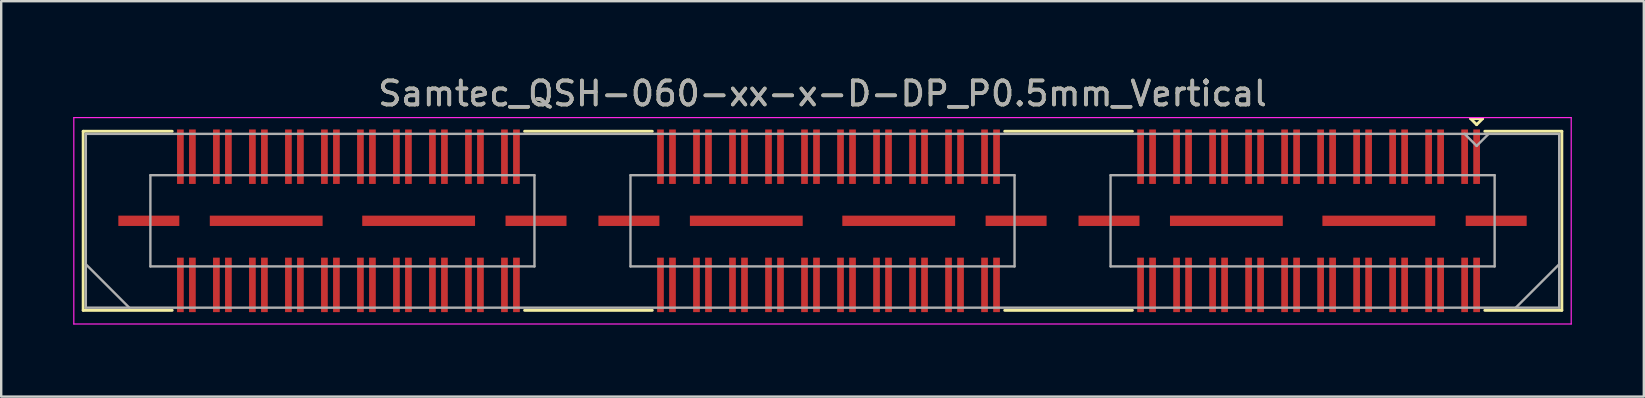
<source format=kicad_pcb>
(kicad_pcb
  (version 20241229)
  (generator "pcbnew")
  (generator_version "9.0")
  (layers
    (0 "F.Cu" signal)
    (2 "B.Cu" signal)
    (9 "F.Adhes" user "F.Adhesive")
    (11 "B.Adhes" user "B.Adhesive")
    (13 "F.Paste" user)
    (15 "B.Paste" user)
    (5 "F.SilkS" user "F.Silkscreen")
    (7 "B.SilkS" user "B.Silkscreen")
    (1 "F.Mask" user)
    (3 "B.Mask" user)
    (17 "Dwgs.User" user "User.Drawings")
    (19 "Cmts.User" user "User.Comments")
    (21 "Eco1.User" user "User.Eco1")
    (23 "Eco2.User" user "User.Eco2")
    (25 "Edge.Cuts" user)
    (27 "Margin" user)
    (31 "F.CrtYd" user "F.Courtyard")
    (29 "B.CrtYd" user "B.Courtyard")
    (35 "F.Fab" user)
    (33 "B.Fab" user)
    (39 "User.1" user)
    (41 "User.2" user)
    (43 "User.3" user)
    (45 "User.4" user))
  (footprint "Samtec_QSH-060-xx-x-D-DP_P0.5mm_Vertical"
    (layer "F.Cu")
    (at 31.215 6.148)
    (property "Reference" "Samtec_QSH-060-xx-x-D-DP_P0.5mm_Vertical" (at 0 -5.3 0) (layer "F.SilkS") (effects (font (size 1 1) (thickness 0.15))))
    (attr smd)
    (fp_line (start -30.8 -3.73) (end -27.09 -3.73) (stroke (width 0.12) (type solid)) (layer "F.SilkS"))
    (fp_line (start -30.8 3.73) (end -30.8 -3.73) (stroke (width 0.12) (type solid)) (layer "F.SilkS"))
    (fp_line (start -27.09 3.73) (end -30.8 3.73) (stroke (width 0.12) (type solid)) (layer "F.SilkS"))
    (fp_line (start -7.09 -3.73) (end -12.411 -3.73) (stroke (width 0.12) (type solid)) (layer "F.SilkS"))
    (fp_line (start -7.09 3.73) (end -12.411 3.73) (stroke (width 0.12) (type solid)) (layer "F.SilkS"))
    (fp_line (start 12.911 -3.73) (end 7.59 -3.73) (stroke (width 0.12) (type solid)) (layer "F.SilkS"))
    (fp_line (start 12.911 3.73) (end 7.59 3.73) (stroke (width 0.12) (type solid)) (layer "F.SilkS"))
    (fp_line (start 27 -4.255) (end 27.5 -4.255) (stroke (width 0.12) (type solid)) (layer "F.SilkS"))
    (fp_line (start 27.25 -4.005) (end 27 -4.255) (stroke (width 0.12) (type solid)) (layer "F.SilkS"))
    (fp_line (start 27.5 -4.255) (end 27.25 -4.005) (stroke (width 0.12) (type solid)) (layer "F.SilkS"))
    (fp_line (start 27.59 3.73) (end 30.8 3.73) (stroke (width 0.12) (type solid)) (layer "F.SilkS"))
    (fp_line (start 30.8 -3.73) (end 27.59 -3.73) (stroke (width 0.12) (type solid)) (layer "F.SilkS"))
    (fp_line (start 30.8 3.73) (end 30.8 -3.73) (stroke (width 0.12) (type solid)) (layer "F.SilkS"))
    (fp_line (start -31.19 -4.3) (end -31.19 4.3) (stroke (width 0.05) (type solid)) (layer "F.CrtYd"))
    (fp_line (start -31.19 4.3) (end 31.19 4.3) (stroke (width 0.05) (type solid)) (layer "F.CrtYd"))
    (fp_line (start 31.19 -4.3) (end -31.19 -4.3) (stroke (width 0.05) (type solid)) (layer "F.CrtYd"))
    (fp_line (start 31.19 4.3) (end 31.19 -4.3) (stroke (width 0.05) (type solid)) (layer "F.CrtYd"))
    (fp_line (start -30.69 -3.62) (end -30.69 3.62) (stroke (width 0.1) (type solid)) (layer "F.Fab"))
    (fp_line (start -30.69 1.81) (end -28.88 3.62) (stroke (width 0.1) (type solid)) (layer "F.Fab"))
    (fp_line (start -30.69 3.62) (end 30.69 3.62) (stroke (width 0.1) (type solid)) (layer "F.Fab"))
    (fp_line (start -28 -1.9) (end -28 1.9) (stroke (width 0.1) (type solid)) (layer "F.Fab"))
    (fp_line (start -28 1.9) (end -12 1.9) (stroke (width 0.1) (type solid)) (layer "F.Fab"))
    (fp_line (start -12 -1.9) (end -28 -1.9) (stroke (width 0.1) (type solid)) (layer "F.Fab"))
    (fp_line (start -12 1.9) (end -12 -1.9) (stroke (width 0.1) (type solid)) (layer "F.Fab"))
    (fp_line (start -8 -1.9) (end -8 1.9) (stroke (width 0.1) (type solid)) (layer "F.Fab"))
    (fp_line (start -8 1.9) (end 8 1.9) (stroke (width 0.1) (type solid)) (layer "F.Fab"))
    (fp_line (start 8 -1.9) (end -8 -1.9) (stroke (width 0.1) (type solid)) (layer "F.Fab"))
    (fp_line (start 8 1.9) (end 8 -1.9) (stroke (width 0.1) (type solid)) (layer "F.Fab"))
    (fp_line (start 12 -1.9) (end 12 1.9) (stroke (width 0.1) (type solid)) (layer "F.Fab"))
    (fp_line (start 12 1.9) (end 28 1.9) (stroke (width 0.1) (type solid)) (layer "F.Fab"))
    (fp_line (start 27.25 -3.12) (end 26.75 -3.62) (stroke (width 0.1) (type solid)) (layer "F.Fab"))
    (fp_line (start 27.75 -3.62) (end 27.25 -3.12) (stroke (width 0.1) (type solid)) (layer "F.Fab"))
    (fp_line (start 28 -1.9) (end 12 -1.9) (stroke (width 0.1) (type solid)) (layer "F.Fab"))
    (fp_line (start 28 1.9) (end 28 -1.9) (stroke (width 0.1) (type solid)) (layer "F.Fab"))
    (fp_line (start 30.69 -3.62) (end -30.69 -3.62) (stroke (width 0.1) (type solid)) (layer "F.Fab"))
    (fp_line (start 30.69 1.81) (end 28.88 3.62) (stroke (width 0.1) (type solid)) (layer "F.Fab"))
    (fp_line (start 30.69 3.62) (end 30.69 -3.62) (stroke (width 0.1) (type solid)) (layer "F.Fab"))
    (fp_text user "${REFERENCE}" (at 0 -5.3 0) (layer "F.Fab") (effects (font (size 1 1) (thickness 0.15))))
    (pad "1" smd rect (at 27.25 -2.67) (size 0.279 2.27) (layers "F.Cu" "F.Mask" "F.Paste"))
    (pad "2" smd rect (at 27.25 2.67) (size 0.279 2.27) (layers "F.Cu" "F.Mask" "F.Paste"))
    (pad "3" smd rect (at 26.75 -2.67) (size 0.279 2.27) (layers "F.Cu" "F.Mask" "F.Paste"))
    (pad "4" smd rect (at 26.75 2.67) (size 0.279 2.27) (layers "F.Cu" "F.Mask" "F.Paste"))
    (pad "5" smd rect (at 25.75 -2.67) (size 0.279 2.27) (layers "F.Cu" "F.Mask" "F.Paste"))
    (pad "6" smd rect (at 25.75 2.67) (size 0.279 2.27) (layers "F.Cu" "F.Mask" "F.Paste"))
    (pad "7" smd rect (at 25.25 -2.67) (size 0.279 2.27) (layers "F.Cu" "F.Mask" "F.Paste"))
    (pad "8" smd rect (at 25.25 2.67) (size 0.279 2.27) (layers "F.Cu" "F.Mask" "F.Paste"))
    (pad "9" smd rect (at 24.25 -2.67) (size 0.279 2.27) (layers "F.Cu" "F.Mask" "F.Paste"))
    (pad "10" smd rect (at 24.25 2.67) (size 0.279 2.27) (layers "F.Cu" "F.Mask" "F.Paste"))
    (pad "11" smd rect (at 23.75 -2.67) (size 0.279 2.27) (layers "F.Cu" "F.Mask" "F.Paste"))
    (pad "12" smd rect (at 23.75 2.67) (size 0.279 2.27) (layers "F.Cu" "F.Mask" "F.Paste"))
    (pad "13" smd rect (at 22.75 -2.67) (size 0.279 2.27) (layers "F.Cu" "F.Mask" "F.Paste"))
    (pad "14" smd rect (at 22.75 2.67) (size 0.279 2.27) (layers "F.Cu" "F.Mask" "F.Paste"))
    (pad "15" smd rect (at 22.25 -2.67) (size 0.279 2.27) (layers "F.Cu" "F.Mask" "F.Paste"))
    (pad "16" smd rect (at 22.25 2.67) (size 0.279 2.27) (layers "F.Cu" "F.Mask" "F.Paste"))
    (pad "17" smd rect (at 21.25 -2.67) (size 0.279 2.27) (layers "F.Cu" "F.Mask" "F.Paste"))
    (pad "18" smd rect (at 21.25 2.67) (size 0.279 2.27) (layers "F.Cu" "F.Mask" "F.Paste"))
    (pad "19" smd rect (at 20.75 -2.67) (size 0.279 2.27) (layers "F.Cu" "F.Mask" "F.Paste"))
    (pad "20" smd rect (at 20.75 2.67) (size 0.279 2.27) (layers "F.Cu" "F.Mask" "F.Paste"))
    (pad "21" smd rect (at 19.75 -2.67) (size 0.279 2.27) (layers "F.Cu" "F.Mask" "F.Paste"))
    (pad "22" smd rect (at 19.75 2.67) (size 0.279 2.27) (layers "F.Cu" "F.Mask" "F.Paste"))
    (pad "23" smd rect (at 19.25 -2.67) (size 0.279 2.27) (layers "F.Cu" "F.Mask" "F.Paste"))
    (pad "24" smd rect (at 19.25 2.67) (size 0.279 2.27) (layers "F.Cu" "F.Mask" "F.Paste"))
    (pad "25" smd rect (at 18.25 -2.67) (size 0.279 2.27) (layers "F.Cu" "F.Mask" "F.Paste"))
    (pad "26" smd rect (at 18.25 2.67) (size 0.279 2.27) (layers "F.Cu" "F.Mask" "F.Paste"))
    (pad "27" smd rect (at 17.75 -2.67) (size 0.279 2.27) (layers "F.Cu" "F.Mask" "F.Paste"))
    (pad "28" smd rect (at 17.75 2.67) (size 0.279 2.27) (layers "F.Cu" "F.Mask" "F.Paste"))
    (pad "29" smd rect (at 16.75 -2.67) (size 0.279 2.27) (layers "F.Cu" "F.Mask" "F.Paste"))
    (pad "30" smd rect (at 16.75 2.67) (size 0.279 2.27) (layers "F.Cu" "F.Mask" "F.Paste"))
    (pad "31" smd rect (at 16.25 -2.67) (size 0.279 2.27) (layers "F.Cu" "F.Mask" "F.Paste"))
    (pad "32" smd rect (at 16.25 2.67) (size 0.279 2.27) (layers "F.Cu" "F.Mask" "F.Paste"))
    (pad "33" smd rect (at 15.25 -2.67) (size 0.279 2.27) (layers "F.Cu" "F.Mask" "F.Paste"))
    (pad "34" smd rect (at 15.25 2.67) (size 0.279 2.27) (layers "F.Cu" "F.Mask" "F.Paste"))
    (pad "35" smd rect (at 14.75 -2.67) (size 0.279 2.27) (layers "F.Cu" "F.Mask" "F.Paste"))
    (pad "36" smd rect (at 14.75 2.67) (size 0.279 2.27) (layers "F.Cu" "F.Mask" "F.Paste"))
    (pad "37" smd rect (at 13.75 -2.67) (size 0.279 2.27) (layers "F.Cu" "F.Mask" "F.Paste"))
    (pad "38" smd rect (at 13.75 2.67) (size 0.279 2.27) (layers "F.Cu" "F.Mask" "F.Paste"))
    (pad "39" smd rect (at 13.25 -2.67) (size 0.279 2.27) (layers "F.Cu" "F.Mask" "F.Paste"))
    (pad "40" smd rect (at 13.25 2.67) (size 0.279 2.27) (layers "F.Cu" "F.Mask" "F.Paste"))
    (pad "41" smd rect (at 7.25 -2.67) (size 0.279 2.27) (layers "F.Cu" "F.Mask" "F.Paste"))
    (pad "42" smd rect (at 7.25 2.67) (size 0.279 2.27) (layers "F.Cu" "F.Mask" "F.Paste"))
    (pad "43" smd rect (at 6.75 -2.67) (size 0.279 2.27) (layers "F.Cu" "F.Mask" "F.Paste"))
    (pad "44" smd rect (at 6.75 2.67) (size 0.279 2.27) (layers "F.Cu" "F.Mask" "F.Paste"))
    (pad "45" smd rect (at 5.75 -2.67) (size 0.279 2.27) (layers "F.Cu" "F.Mask" "F.Paste"))
    (pad "46" smd rect (at 5.75 2.67) (size 0.279 2.27) (layers "F.Cu" "F.Mask" "F.Paste"))
    (pad "47" smd rect (at 5.25 -2.67) (size 0.279 2.27) (layers "F.Cu" "F.Mask" "F.Paste"))
    (pad "48" smd rect (at 5.25 2.67) (size 0.279 2.27) (layers "F.Cu" "F.Mask" "F.Paste"))
    (pad "49" smd rect (at 4.25 -2.67) (size 0.279 2.27) (layers "F.Cu" "F.Mask" "F.Paste"))
    (pad "50" smd rect (at 4.25 2.67) (size 0.279 2.27) (layers "F.Cu" "F.Mask" "F.Paste"))
    (pad "51" smd rect (at 3.75 -2.67) (size 0.279 2.27) (layers "F.Cu" "F.Mask" "F.Paste"))
    (pad "52" smd rect (at 3.75 2.67) (size 0.279 2.27) (layers "F.Cu" "F.Mask" "F.Paste"))
    (pad "53" smd rect (at 2.75 -2.67) (size 0.279 2.27) (layers "F.Cu" "F.Mask" "F.Paste"))
    (pad "54" smd rect (at 2.75 2.67) (size 0.279 2.27) (layers "F.Cu" "F.Mask" "F.Paste"))
    (pad "55" smd rect (at 2.25 -2.67) (size 0.279 2.27) (layers "F.Cu" "F.Mask" "F.Paste"))
    (pad "56" smd rect (at 2.25 2.67) (size 0.279 2.27) (layers "F.Cu" "F.Mask" "F.Paste"))
    (pad "57" smd rect (at 1.25 -2.67) (size 0.279 2.27) (layers "F.Cu" "F.Mask" "F.Paste"))
    (pad "58" smd rect (at 1.25 2.67) (size 0.279 2.27) (layers "F.Cu" "F.Mask" "F.Paste"))
    (pad "59" smd rect (at 0.75 -2.67) (size 0.279 2.27) (layers "F.Cu" "F.Mask" "F.Paste"))
    (pad "60" smd rect (at 0.75 2.67) (size 0.279 2.27) (layers "F.Cu" "F.Mask" "F.Paste"))
    (pad "61" smd rect (at -0.25 -2.67) (size 0.279 2.27) (layers "F.Cu" "F.Mask" "F.Paste"))
    (pad "62" smd rect (at -0.25 2.67) (size 0.279 2.27) (layers "F.Cu" "F.Mask" "F.Paste"))
    (pad "63" smd rect (at -0.75 -2.67) (size 0.279 2.27) (layers "F.Cu" "F.Mask" "F.Paste"))
    (pad "64" smd rect (at -0.75 2.67) (size 0.279 2.27) (layers "F.Cu" "F.Mask" "F.Paste"))
    (pad "65" smd rect (at -1.75 -2.67) (size 0.279 2.27) (layers "F.Cu" "F.Mask" "F.Paste"))
    (pad "66" smd rect (at -1.75 2.67) (size 0.279 2.27) (layers "F.Cu" "F.Mask" "F.Paste"))
    (pad "67" smd rect (at -2.25 -2.67) (size 0.279 2.27) (layers "F.Cu" "F.Mask" "F.Paste"))
    (pad "68" smd rect (at -2.25 2.67) (size 0.279 2.27) (layers "F.Cu" "F.Mask" "F.Paste"))
    (pad "69" smd rect (at -3.25 -2.67) (size 0.279 2.27) (layers "F.Cu" "F.Mask" "F.Paste"))
    (pad "70" smd rect (at -3.25 2.67) (size 0.279 2.27) (layers "F.Cu" "F.Mask" "F.Paste"))
    (pad "71" smd rect (at -3.75 -2.67) (size 0.279 2.27) (layers "F.Cu" "F.Mask" "F.Paste"))
    (pad "72" smd rect (at -3.75 2.67) (size 0.279 2.27) (layers "F.Cu" "F.Mask" "F.Paste"))
    (pad "73" smd rect (at -4.75 -2.67) (size 0.279 2.27) (layers "F.Cu" "F.Mask" "F.Paste"))
    (pad "74" smd rect (at -4.75 2.67) (size 0.279 2.27) (layers "F.Cu" "F.Mask" "F.Paste"))
    (pad "75" smd rect (at -5.25 -2.67) (size 0.279 2.27) (layers "F.Cu" "F.Mask" "F.Paste"))
    (pad "76" smd rect (at -5.25 2.67) (size 0.279 2.27) (layers "F.Cu" "F.Mask" "F.Paste"))
    (pad "77" smd rect (at -6.25 -2.67) (size 0.279 2.27) (layers "F.Cu" "F.Mask" "F.Paste"))
    (pad "78" smd rect (at -6.25 2.67) (size 0.279 2.27) (layers "F.Cu" "F.Mask" "F.Paste"))
    (pad "79" smd rect (at -6.75 -2.67) (size 0.279 2.27) (layers "F.Cu" "F.Mask" "F.Paste"))
    (pad "80" smd rect (at -6.75 2.67) (size 0.279 2.27) (layers "F.Cu" "F.Mask" "F.Paste"))
    (pad "81" smd rect (at -12.75 -2.67) (size 0.279 2.27) (layers "F.Cu" "F.Mask" "F.Paste"))
    (pad "82" smd rect (at -12.75 2.67) (size 0.279 2.27) (layers "F.Cu" "F.Mask" "F.Paste"))
    (pad "83" smd rect (at -13.25 -2.67) (size 0.279 2.27) (layers "F.Cu" "F.Mask" "F.Paste"))
    (pad "84" smd rect (at -13.25 2.67) (size 0.279 2.27) (layers "F.Cu" "F.Mask" "F.Paste"))
    (pad "85" smd rect (at -14.25 -2.67) (size 0.279 2.27) (layers "F.Cu" "F.Mask" "F.Paste"))
    (pad "86" smd rect (at -14.25 2.67) (size 0.279 2.27) (layers "F.Cu" "F.Mask" "F.Paste"))
    (pad "87" smd rect (at -14.75 -2.67) (size 0.279 2.27) (layers "F.Cu" "F.Mask" "F.Paste"))
    (pad "88" smd rect (at -14.75 2.67) (size 0.279 2.27) (layers "F.Cu" "F.Mask" "F.Paste"))
    (pad "89" smd rect (at -15.75 -2.67) (size 0.279 2.27) (layers "F.Cu" "F.Mask" "F.Paste"))
    (pad "90" smd rect (at -15.75 2.67) (size 0.279 2.27) (layers "F.Cu" "F.Mask" "F.Paste"))
    (pad "91" smd rect (at -16.25 -2.67) (size 0.279 2.27) (layers "F.Cu" "F.Mask" "F.Paste"))
    (pad "92" smd rect (at -16.25 2.67) (size 0.279 2.27) (layers "F.Cu" "F.Mask" "F.Paste"))
    (pad "93" smd rect (at -17.25 -2.67) (size 0.279 2.27) (layers "F.Cu" "F.Mask" "F.Paste"))
    (pad "94" smd rect (at -17.25 2.67) (size 0.279 2.27) (layers "F.Cu" "F.Mask" "F.Paste"))
    (pad "95" smd rect (at -17.75 -2.67) (size 0.279 2.27) (layers "F.Cu" "F.Mask" "F.Paste"))
    (pad "96" smd rect (at -17.75 2.67) (size 0.279 2.27) (layers "F.Cu" "F.Mask" "F.Paste"))
    (pad "97" smd rect (at -18.75 -2.67) (size 0.279 2.27) (layers "F.Cu" "F.Mask" "F.Paste"))
    (pad "98" smd rect (at -18.75 2.67) (size 0.279 2.27) (layers "F.Cu" "F.Mask" "F.Paste"))
    (pad "99" smd rect (at -19.25 -2.67) (size 0.279 2.27) (layers "F.Cu" "F.Mask" "F.Paste"))
    (pad "100" smd rect (at -19.25 2.67) (size 0.279 2.27) (layers "F.Cu" "F.Mask" "F.Paste"))
    (pad "101" smd rect (at -20.25 -2.67) (size 0.279 2.27) (layers "F.Cu" "F.Mask" "F.Paste"))
    (pad "102" smd rect (at -20.25 2.67) (size 0.279 2.27) (layers "F.Cu" "F.Mask" "F.Paste"))
    (pad "103" smd rect (at -20.75 -2.67) (size 0.279 2.27) (layers "F.Cu" "F.Mask" "F.Paste"))
    (pad "104" smd rect (at -20.75 2.67) (size 0.279 2.27) (layers "F.Cu" "F.Mask" "F.Paste"))
    (pad "105" smd rect (at -21.75 -2.67) (size 0.279 2.27) (layers "F.Cu" "F.Mask" "F.Paste"))
    (pad "106" smd rect (at -21.75 2.67) (size 0.279 2.27) (layers "F.Cu" "F.Mask" "F.Paste"))
    (pad "107" smd rect (at -22.25 -2.67) (size 0.279 2.27) (layers "F.Cu" "F.Mask" "F.Paste"))
    (pad "108" smd rect (at -22.25 2.67) (size 0.279 2.27) (layers "F.Cu" "F.Mask" "F.Paste"))
    (pad "109" smd rect (at -23.25 -2.67) (size 0.279 2.27) (layers "F.Cu" "F.Mask" "F.Paste"))
    (pad "110" smd rect (at -23.25 2.67) (size 0.279 2.27) (layers "F.Cu" "F.Mask" "F.Paste"))
    (pad "111" smd rect (at -23.75 -2.67) (size 0.279 2.27) (layers "F.Cu" "F.Mask" "F.Paste"))
    (pad "112" smd rect (at -23.75 2.67) (size 0.279 2.27) (layers "F.Cu" "F.Mask" "F.Paste"))
    (pad "113" smd rect (at -24.75 -2.67) (size 0.279 2.27) (layers "F.Cu" "F.Mask" "F.Paste"))
    (pad "114" smd rect (at -24.75 2.67) (size 0.279 2.27) (layers "F.Cu" "F.Mask" "F.Paste"))
    (pad "115" smd rect (at -25.25 -2.67) (size 0.279 2.27) (layers "F.Cu" "F.Mask" "F.Paste"))
    (pad "116" smd rect (at -25.25 2.67) (size 0.279 2.27) (layers "F.Cu" "F.Mask" "F.Paste"))
    (pad "117" smd rect (at -26.25 -2.67) (size 0.279 2.27) (layers "F.Cu" "F.Mask" "F.Paste"))
    (pad "118" smd rect (at -26.25 2.67) (size 0.279 2.27) (layers "F.Cu" "F.Mask" "F.Paste"))
    (pad "119" smd rect (at -26.75 -2.67) (size 0.279 2.27) (layers "F.Cu" "F.Mask" "F.Paste"))
    (pad "120" smd rect (at -26.75 2.67) (size 0.279 2.27) (layers "F.Cu" "F.Mask" "F.Paste"))
    (pad "P1" smd rect (at 11.935 0) (size 2.54 0.43) (layers "F.Cu" "F.Mask" "F.Paste"))
    (pad "P1" smd rect (at 16.825 0) (size 4.7 0.43) (layers "F.Cu" "F.Mask" "F.Paste"))
    (pad "P1" smd rect (at 23.175 0) (size 4.7 0.43) (layers "F.Cu" "F.Mask" "F.Paste"))
    (pad "P1" smd rect (at 28.065 0) (size 2.54 0.43) (layers "F.Cu" "F.Mask" "F.Paste"))
    (pad "P2" smd rect (at -8.065 0) (size 2.54 0.43) (layers "F.Cu" "F.Mask" "F.Paste"))
    (pad "P2" smd rect (at -3.175 0) (size 4.7 0.43) (layers "F.Cu" "F.Mask" "F.Paste"))
    (pad "P2" smd rect (at 3.175 0) (size 4.7 0.43) (layers "F.Cu" "F.Mask" "F.Paste"))
    (pad "P2" smd rect (at 8.065 0) (size 2.54 0.43) (layers "F.Cu" "F.Mask" "F.Paste"))
    (pad "P3" smd rect (at -28.065 0) (size 2.54 0.43) (layers "F.Cu" "F.Mask" "F.Paste"))
    (pad "P3" smd rect (at -23.175 0) (size 4.7 0.43) (layers "F.Cu" "F.Mask" "F.Paste"))
    (pad "P3" smd rect (at -16.825 0) (size 4.7 0.43) (layers "F.Cu" "F.Mask" "F.Paste"))
    (pad "P3" smd rect (at -11.935 0) (size 2.54 0.43) (layers "F.Cu" "F.Mask" "F.Paste")))
  (gr_rect
    (start -3 -3)
    (end 65.43 13.473)
    (stroke (width 0.1) (type default))
    (fill no)
    (layer "Edge.Cuts")))
</source>
